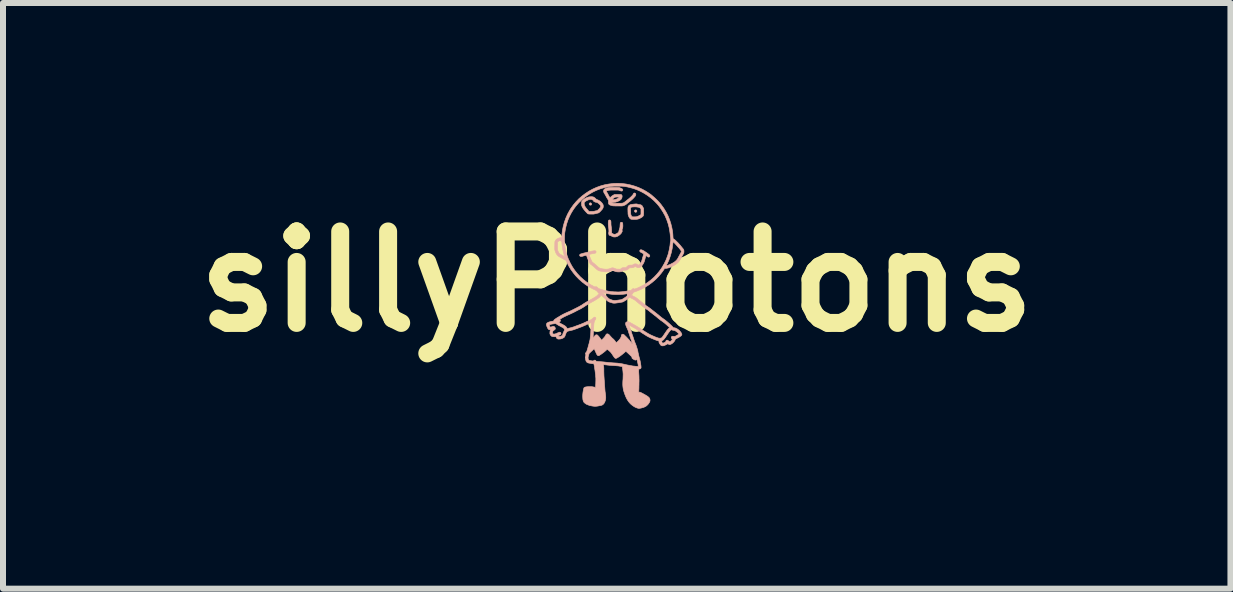
<source format=kicad_pcb>
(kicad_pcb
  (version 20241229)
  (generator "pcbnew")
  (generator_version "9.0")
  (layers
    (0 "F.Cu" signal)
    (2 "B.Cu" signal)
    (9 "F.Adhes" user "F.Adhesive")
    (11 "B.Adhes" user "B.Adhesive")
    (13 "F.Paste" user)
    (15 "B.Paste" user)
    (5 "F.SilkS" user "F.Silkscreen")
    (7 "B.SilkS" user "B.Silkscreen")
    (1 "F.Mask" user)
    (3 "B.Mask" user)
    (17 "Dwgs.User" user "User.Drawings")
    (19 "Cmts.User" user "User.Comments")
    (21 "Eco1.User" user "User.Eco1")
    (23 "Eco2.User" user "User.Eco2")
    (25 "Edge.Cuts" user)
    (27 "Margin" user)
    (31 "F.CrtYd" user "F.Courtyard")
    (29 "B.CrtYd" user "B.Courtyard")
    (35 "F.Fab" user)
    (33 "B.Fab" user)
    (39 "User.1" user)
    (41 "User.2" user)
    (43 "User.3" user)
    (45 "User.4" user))
  (footprint "sillyPhotons"
    (layer "F.Cu")
    (at 7.228 1.642)
    (property "Reference" "sillyPhotons" (at 0 0 0) (layer "F.SilkS") (effects (font (size 1.524 1.524) (thickness 0.3))))
    (attr through_hole)
    (fp_poly (pts (xy -0.449 -1.309) (xy -0.455 -1.303) (xy -0.459 -1.296) (xy -0.458 -1.287) (xy -0.454 -1.28) (xy -0.446 -1.274) (xy -0.437 -1.273) (xy -0.427 -1.275) (xy -0.423 -1.278) (xy -0.418 -1.287) (xy -0.419 -1.296) (xy -0.424 -1.305) (xy -0.425 -1.305) (xy -0.433 -1.311) (xy -0.442 -1.312) (xy -0.449 -1.309)) (stroke (width 0.01) (type solid)) (fill yes) (layer "B.SilkS"))
    (fp_poly (pts (xy 0.306 -1.191) (xy 0.299 -1.185) (xy 0.296 -1.175) (xy 0.296 -1.174) (xy 0.299 -1.164) (xy 0.306 -1.157) (xy 0.315 -1.154) (xy 0.316 -1.154) (xy 0.324 -1.156) (xy 0.33 -1.16) (xy 0.335 -1.168) (xy 0.335 -1.177) (xy 0.332 -1.186) (xy 0.325 -1.192) (xy 0.316 -1.194) (xy 0.306 -1.191)) (stroke (width 0.01) (type solid)) (fill yes) (layer "B.SilkS"))
    (fp_poly (pts (xy -0.129 -1.024) (xy -0.136 -1.017) (xy -0.137 -1.016) (xy -0.139 -1.009) (xy -0.14 -0.997) (xy -0.141 -0.983) (xy -0.141 -0.966) (xy -0.141 -0.949) (xy -0.139 -0.932) (xy -0.138 -0.917) (xy -0.137 -0.91) (xy -0.134 -0.893) (xy -0.132 -0.874) (xy -0.131 -0.857) (xy -0.13 -0.84) (xy -0.131 -0.827) (xy -0.133 -0.818) (xy -0.135 -0.808) (xy -0.134 -0.798) (xy -0.133 -0.797) (xy -0.131 -0.787) (xy -0.129 -0.779) (xy -0.128 -0.778) (xy -0.126 -0.772) (xy -0.121 -0.771) (xy -0.119 -0.771) (xy -0.113 -0.769) (xy -0.104 -0.766) (xy -0.093 -0.761) (xy -0.085 -0.757) (xy -0.072 -0.751) (xy -0.063 -0.747) (xy -0.054 -0.744) (xy -0.045 -0.743) (xy -0.039 -0.743) (xy -0.023 -0.743) (xy -0.009 -0.746) (xy 0.00034 -0.749) (xy 0.017 -0.756) (xy 0.034 -0.767) (xy 0.05 -0.779) (xy 0.065 -0.793) (xy 0.076 -0.806) (xy 0.079 -0.811) (xy 0.084 -0.82) (xy 0.088 -0.829) (xy 0.09 -0.832) (xy 0.092 -0.838) (xy 0.092 -0.844) (xy 0.09 -0.85) (xy 0.089 -0.856) (xy 0.088 -0.861) (xy 0.09 -0.868) (xy 0.093 -0.878) (xy 0.094 -0.881) (xy 0.098 -0.891) (xy 0.1 -0.9) (xy 0.101 -0.91) (xy 0.102 -0.922) (xy 0.102 -0.935) (xy 0.101 -0.954) (xy 0.1 -0.968) (xy 0.097 -0.978) (xy 0.092 -0.984) (xy 0.086 -0.987) (xy 0.078 -0.988) (xy 0.071 -0.986) (xy 0.065 -0.982) (xy 0.062 -0.98) (xy 0.06 -0.977) (xy 0.059 -0.972) (xy 0.058 -0.964) (xy 0.057 -0.953) (xy 0.056 -0.939) (xy 0.055 -0.922) (xy 0.054 -0.908) (xy 0.052 -0.897) (xy 0.049 -0.885) (xy 0.045 -0.873) (xy 0.041 -0.861) (xy 0.038 -0.849) (xy 0.036 -0.84) (xy 0.036 -0.836) (xy 0.032 -0.826) (xy 0.024 -0.816) (xy 0.011 -0.806) (xy -0.004 -0.797) (xy -0.02 -0.79) (xy -0.033 -0.787) (xy -0.045 -0.788) (xy -0.059 -0.793) (xy -0.067 -0.797) (xy -0.084 -0.807) (xy -0.086 -0.849) (xy -0.086 -0.866) (xy -0.088 -0.883) (xy -0.089 -0.898) (xy -0.091 -0.91) (xy -0.091 -0.912) (xy -0.093 -0.925) (xy -0.095 -0.942) (xy -0.096 -0.961) (xy -0.096 -0.969) (xy -0.096 -0.987) (xy -0.097 -1.001) (xy -0.099 -1.01) (xy -0.102 -1.017) (xy -0.106 -1.021) (xy -0.11 -1.024) (xy -0.12 -1.027) (xy -0.129 -1.024)) (stroke (width 0.01) (type solid)) (fill yes) (layer "B.SilkS"))
    (fp_poly (pts (xy 0.316 -1.293) (xy 0.302 -1.292) (xy 0.284 -1.29) (xy 0.284 -1.29) (xy 0.264 -1.288) (xy 0.249 -1.286) (xy 0.237 -1.284) (xy 0.227 -1.281) (xy 0.219 -1.277) (xy 0.215 -1.274) (xy 0.206 -1.268) (xy 0.199 -1.262) (xy 0.194 -1.255) (xy 0.191 -1.247) (xy 0.188 -1.236) (xy 0.187 -1.222) (xy 0.186 -1.204) (xy 0.187 -1.181) (xy 0.187 -1.167) (xy 0.188 -1.149) (xy 0.188 -1.135) (xy 0.189 -1.124) (xy 0.19 -1.116) (xy 0.192 -1.108) (xy 0.194 -1.1) (xy 0.197 -1.092) (xy 0.207 -1.07) (xy 0.218 -1.054) (xy 0.231 -1.043) (xy 0.235 -1.04) (xy 0.243 -1.038) (xy 0.255 -1.037) (xy 0.27 -1.036) (xy 0.287 -1.035) (xy 0.305 -1.036) (xy 0.322 -1.036) (xy 0.338 -1.038) (xy 0.35 -1.04) (xy 0.356 -1.041) (xy 0.373 -1.048) (xy 0.391 -1.056) (xy 0.409 -1.066) (xy 0.424 -1.076) (xy 0.435 -1.086) (xy 0.438 -1.089) (xy 0.442 -1.095) (xy 0.445 -1.103) (xy 0.447 -1.114) (xy 0.448 -1.128) (xy 0.449 -1.146) (xy 0.449 -1.168) (xy 0.448 -1.178) (xy 0.448 -1.211) (xy 0.404 -1.211) (xy 0.404 -1.116) (xy 0.393 -1.109) (xy 0.38 -1.101) (xy 0.364 -1.093) (xy 0.348 -1.086) (xy 0.34 -1.083) (xy 0.33 -1.08) (xy 0.315 -1.079) (xy 0.295 -1.078) (xy 0.293 -1.078) (xy 0.278 -1.078) (xy 0.267 -1.079) (xy 0.26 -1.08) (xy 0.255 -1.081) (xy 0.251 -1.083) (xy 0.248 -1.088) (xy 0.243 -1.097) (xy 0.239 -1.107) (xy 0.238 -1.108) (xy 0.236 -1.115) (xy 0.234 -1.122) (xy 0.233 -1.129) (xy 0.232 -1.138) (xy 0.232 -1.15) (xy 0.232 -1.165) (xy 0.231 -1.18) (xy 0.231 -1.233) (xy 0.241 -1.238) (xy 0.248 -1.24) (xy 0.261 -1.243) (xy 0.275 -1.244) (xy 0.292 -1.245) (xy 0.308 -1.245) (xy 0.323 -1.244) (xy 0.327 -1.244) (xy 0.346 -1.241) (xy 0.36 -1.239) (xy 0.37 -1.237) (xy 0.378 -1.234) (xy 0.384 -1.23) (xy 0.39 -1.225) (xy 0.392 -1.223) (xy 0.404 -1.211) (xy 0.448 -1.211) (xy 0.447 -1.221) (xy 0.437 -1.238) (xy 0.432 -1.247) (xy 0.428 -1.254) (xy 0.426 -1.258) (xy 0.426 -1.258) (xy 0.424 -1.262) (xy 0.418 -1.268) (xy 0.411 -1.273) (xy 0.405 -1.276) (xy 0.398 -1.279) (xy 0.387 -1.281) (xy 0.378 -1.282) (xy 0.366 -1.284) (xy 0.355 -1.286) (xy 0.349 -1.288) (xy 0.344 -1.291) (xy 0.339 -1.292) (xy 0.333 -1.293) (xy 0.326 -1.293) (xy 0.316 -1.293)) (stroke (width 0.01) (type solid)) (fill yes) (layer "B.SilkS"))
    (fp_poly (pts (xy -0.438 -1.413) (xy -0.453 -1.412) (xy -0.464 -1.41) (xy -0.466 -1.41) (xy -0.487 -1.403) (xy -0.509 -1.394) (xy -0.53 -1.383) (xy -0.548 -1.371) (xy -0.564 -1.358) (xy -0.576 -1.346) (xy -0.578 -1.343) (xy -0.581 -1.337) (xy -0.583 -1.332) (xy -0.585 -1.326) (xy -0.585 -1.318) (xy -0.586 -1.306) (xy -0.586 -1.298) (xy -0.586 -1.284) (xy -0.585 -1.274) (xy -0.584 -1.266) (xy -0.582 -1.259) (xy -0.578 -1.251) (xy -0.574 -1.242) (xy -0.568 -1.231) (xy -0.561 -1.22) (xy -0.552 -1.207) (xy -0.54 -1.192) (xy -0.527 -1.176) (xy -0.515 -1.163) (xy -0.504 -1.151) (xy -0.494 -1.141) (xy -0.487 -1.133) (xy -0.482 -1.13) (xy -0.482 -1.13) (xy -0.477 -1.128) (xy -0.471 -1.126) (xy -0.462 -1.125) (xy -0.45 -1.125) (xy -0.434 -1.124) (xy -0.43 -1.124) (xy -0.415 -1.124) (xy -0.401 -1.124) (xy -0.39 -1.124) (xy -0.383 -1.125) (xy -0.381 -1.125) (xy -0.373 -1.127) (xy -0.361 -1.129) (xy -0.348 -1.132) (xy -0.334 -1.136) (xy -0.321 -1.139) (xy -0.31 -1.142) (xy -0.304 -1.144) (xy -0.303 -1.144) (xy -0.297 -1.148) (xy -0.288 -1.155) (xy -0.277 -1.165) (xy -0.266 -1.177) (xy -0.255 -1.189) (xy -0.245 -1.2) (xy -0.237 -1.211) (xy -0.235 -1.214) (xy -0.23 -1.223) (xy -0.227 -1.231) (xy -0.225 -1.238) (xy -0.224 -1.248) (xy -0.224 -1.254) (xy -0.268 -1.254) (xy -0.27 -1.244) (xy -0.277 -1.232) (xy -0.287 -1.218) (xy -0.301 -1.203) (xy -0.303 -1.202) (xy -0.312 -1.193) (xy -0.319 -1.187) (xy -0.326 -1.183) (xy -0.333 -1.181) (xy -0.337 -1.18) (xy -0.35 -1.178) (xy -0.362 -1.175) (xy -0.368 -1.173) (xy -0.379 -1.171) (xy -0.395 -1.169) (xy -0.416 -1.169) (xy -0.422 -1.169) (xy -0.462 -1.168) (xy -0.493 -1.204) (xy -0.509 -1.223) (xy -0.521 -1.24) (xy -0.53 -1.254) (xy -0.536 -1.266) (xy -0.54 -1.278) (xy -0.542 -1.29) (xy -0.542 -1.297) (xy -0.542 -1.308) (xy -0.541 -1.315) (xy -0.539 -1.32) (xy -0.535 -1.324) (xy -0.534 -1.325) (xy -0.516 -1.34) (xy -0.493 -1.352) (xy -0.468 -1.363) (xy -0.452 -1.367) (xy -0.438 -1.37) (xy -0.428 -1.371) (xy -0.42 -1.37) (xy -0.415 -1.366) (xy -0.413 -1.365) (xy -0.404 -1.359) (xy -0.398 -1.357) (xy -0.392 -1.357) (xy -0.39 -1.353) (xy -0.389 -1.352) (xy -0.388 -1.344) (xy -0.386 -1.34) (xy -0.382 -1.336) (xy -0.373 -1.331) (xy -0.363 -1.326) (xy -0.352 -1.322) (xy -0.343 -1.321) (xy -0.342 -1.321) (xy -0.329 -1.318) (xy -0.314 -1.31) (xy -0.297 -1.297) (xy -0.293 -1.293) (xy -0.281 -1.281) (xy -0.273 -1.271) (xy -0.269 -1.262) (xy -0.268 -1.254) (xy -0.224 -1.254) (xy -0.224 -1.255) (xy -0.225 -1.266) (xy -0.225 -1.275) (xy -0.228 -1.281) (xy -0.232 -1.288) (xy -0.235 -1.294) (xy -0.252 -1.316) (xy -0.272 -1.335) (xy -0.294 -1.35) (xy -0.317 -1.361) (xy -0.325 -1.364) (xy -0.335 -1.368) (xy -0.346 -1.376) (xy -0.353 -1.384) (xy -0.368 -1.397) (xy -0.383 -1.407) (xy -0.4 -1.412) (xy -0.419 -1.414) (xy -0.424 -1.414) (xy -0.438 -1.413)) (stroke (width 0.01) (type solid)) (fill yes) (layer "B.SilkS"))
    (fp_poly (pts (xy -0.099 -1.569) (xy -0.11 -1.569) (xy -0.12 -1.568) (xy -0.128 -1.567) (xy -0.136 -1.566) (xy -0.144 -1.564) (xy -0.151 -1.562) (xy -0.171 -1.557) (xy -0.186 -1.552) (xy -0.197 -1.546) (xy -0.205 -1.54) (xy -0.21 -1.535) (xy -0.217 -1.522) (xy -0.22 -1.507) (xy -0.217 -1.491) (xy -0.209 -1.474) (xy -0.206 -1.47) (xy -0.201 -1.462) (xy -0.194 -1.45) (xy -0.186 -1.436) (xy -0.178 -1.421) (xy -0.178 -1.42) (xy -0.17 -1.406) (xy -0.162 -1.392) (xy -0.155 -1.38) (xy -0.149 -1.372) (xy -0.149 -1.371) (xy -0.138 -1.356) (xy -0.138 -1.329) (xy -0.138 -1.312) (xy -0.136 -1.299) (xy -0.131 -1.289) (xy -0.124 -1.282) (xy -0.112 -1.275) (xy -0.096 -1.27) (xy -0.086 -1.267) (xy -0.079 -1.265) (xy -0.072 -1.263) (xy -0.064 -1.262) (xy -0.055 -1.261) (xy -0.043 -1.261) (xy -0.028 -1.26) (xy -0.009 -1.26) (xy 0.014 -1.26) (xy 0.016 -1.26) (xy 0.039 -1.259) (xy 0.057 -1.259) (xy 0.071 -1.259) (xy 0.082 -1.259) (xy 0.091 -1.26) (xy 0.097 -1.261) (xy 0.103 -1.262) (xy 0.108 -1.263) (xy 0.113 -1.265) (xy 0.129 -1.271) (xy 0.141 -1.277) (xy 0.152 -1.283) (xy 0.162 -1.291) (xy 0.171 -1.299) (xy 0.181 -1.307) (xy 0.194 -1.318) (xy 0.208 -1.329) (xy 0.222 -1.339) (xy 0.236 -1.351) (xy 0.253 -1.365) (xy 0.269 -1.38) (xy 0.281 -1.392) (xy 0.296 -1.409) (xy 0.308 -1.423) (xy 0.315 -1.435) (xy 0.318 -1.446) (xy 0.318 -1.455) (xy 0.316 -1.463) (xy 0.309 -1.471) (xy 0.3 -1.475) (xy 0.291 -1.475) (xy 0.283 -1.47) (xy 0.277 -1.461) (xy 0.275 -1.456) (xy 0.272 -1.449) (xy 0.264 -1.44) (xy 0.254 -1.428) (xy 0.241 -1.415) (xy 0.226 -1.401) (xy 0.21 -1.387) (xy 0.193 -1.373) (xy 0.189 -1.37) (xy 0.175 -1.359) (xy 0.162 -1.348) (xy 0.15 -1.339) (xy 0.14 -1.331) (xy 0.136 -1.328) (xy 0.128 -1.321) (xy 0.12 -1.316) (xy 0.112 -1.312) (xy 0.103 -1.309) (xy 0.092 -1.306) (xy 0.078 -1.305) (xy 0.061 -1.304) (xy 0.039 -1.304) (xy 0.019 -1.304) (xy -0.005 -1.304) (xy -0.024 -1.305) (xy -0.04 -1.305) (xy -0.052 -1.306) (xy -0.062 -1.307) (xy -0.07 -1.309) (xy -0.072 -1.309) (xy -0.082 -1.312) (xy -0.089 -1.314) (xy -0.092 -1.317) (xy -0.093 -1.321) (xy -0.093 -1.325) (xy -0.09 -1.326) (xy -0.088 -1.325) (xy -0.081 -1.323) (xy -0.069 -1.322) (xy -0.054 -1.321) (xy -0.039 -1.322) (xy -0.025 -1.323) (xy -0.014 -1.325) (xy 0.003 -1.33) (xy 0.023 -1.338) (xy 0.041 -1.347) (xy 0.057 -1.357) (xy 0.065 -1.363) (xy 0.078 -1.377) (xy 0.086 -1.395) (xy 0.088 -1.406) (xy 0.042 -1.406) (xy 0.04 -1.4) (xy 0.033 -1.394) (xy 0.022 -1.387) (xy 0.009 -1.38) (xy -0.005 -1.374) (xy -0.021 -1.369) (xy -0.023 -1.368) (xy -0.034 -1.366) (xy -0.046 -1.365) (xy -0.057 -1.364) (xy -0.067 -1.365) (xy -0.072 -1.367) (xy -0.073 -1.367) (xy -0.072 -1.37) (xy -0.068 -1.375) (xy -0.061 -1.382) (xy -0.053 -1.389) (xy -0.045 -1.396) (xy -0.037 -1.401) (xy -0.035 -1.401) (xy -0.029 -1.404) (xy -0.022 -1.406) (xy -0.014 -1.408) (xy -0.004 -1.408) (xy 0.01 -1.408) (xy 0.024 -1.408) (xy 0.034 -1.407) (xy 0.041 -1.406) (xy 0.042 -1.406) (xy 0.088 -1.406) (xy 0.09 -1.415) (xy 0.09 -1.42) (xy 0.09 -1.429) (xy 0.087 -1.436) (xy 0.082 -1.442) (xy 0.082 -1.442) (xy 0.074 -1.451) (xy -0.036 -1.451) (xy -0.055 -1.441) (xy -0.067 -1.434) (xy -0.08 -1.425) (xy -0.092 -1.415) (xy -0.093 -1.414) (xy -0.101 -1.406) (xy -0.108 -1.401) (xy -0.112 -1.397) (xy -0.113 -1.397) (xy -0.115 -1.399) (xy -0.119 -1.406) (xy -0.124 -1.415) (xy -0.131 -1.427) (xy -0.138 -1.439) (xy -0.144 -1.452) (xy -0.15 -1.463) (xy -0.151 -1.465) (xy -0.157 -1.476) (xy -0.164 -1.487) (xy -0.167 -1.493) (xy -0.172 -1.5) (xy -0.173 -1.505) (xy -0.171 -1.509) (xy -0.165 -1.512) (xy -0.154 -1.516) (xy -0.145 -1.518) (xy -0.137 -1.52) (xy -0.13 -1.521) (xy -0.121 -1.522) (xy -0.111 -1.523) (xy -0.099 -1.524) (xy -0.083 -1.524) (xy -0.063 -1.524) (xy -0.047 -1.524) (xy 0.028 -1.524) (xy 0.05 -1.516) (xy 0.066 -1.51) (xy 0.077 -1.508) (xy 0.086 -1.508) (xy 0.092 -1.511) (xy 0.096 -1.515) (xy 0.101 -1.524) (xy 0.101 -1.532) (xy 0.097 -1.54) (xy 0.087 -1.547) (xy 0.072 -1.554) (xy 0.063 -1.558) (xy 0.038 -1.568) (xy -0.042 -1.569) (xy -0.065 -1.569) (xy -0.084 -1.569) (xy -0.099 -1.569)) (stroke (width 0.01) (type solid)) (fill yes) (layer "B.SilkS"))
    (fp_poly (pts (xy 0.394 -0.528) (xy 0.39 -0.524) (xy 0.384 -0.515) (xy 0.384 -0.506) (xy 0.389 -0.497) (xy 0.4 -0.488) (xy 0.412 -0.482) (xy 0.426 -0.475) (xy 0.436 -0.469) (xy 0.442 -0.464) (xy 0.445 -0.459) (xy 0.446 -0.453) (xy 0.446 -0.453) (xy 0.445 -0.446) (xy 0.443 -0.435) (xy 0.439 -0.423) (xy 0.438 -0.417) (xy 0.433 -0.403) (xy 0.429 -0.388) (xy 0.426 -0.376) (xy 0.425 -0.373) (xy 0.421 -0.358) (xy 0.417 -0.347) (xy 0.413 -0.336) (xy 0.406 -0.324) (xy 0.403 -0.318) (xy 0.393 -0.303) (xy 0.384 -0.29) (xy 0.375 -0.281) (xy 0.368 -0.276) (xy 0.366 -0.275) (xy 0.361 -0.275) (xy 0.352 -0.28) (xy 0.345 -0.284) (xy 0.335 -0.29) (xy 0.328 -0.293) (xy 0.32 -0.295) (xy 0.312 -0.295) (xy 0.302 -0.294) (xy 0.294 -0.293) (xy 0.285 -0.289) (xy 0.278 -0.284) (xy 0.269 -0.279) (xy 0.262 -0.276) (xy 0.255 -0.274) (xy 0.246 -0.274) (xy 0.235 -0.274) (xy 0.219 -0.273) (xy 0.206 -0.272) (xy 0.196 -0.269) (xy 0.187 -0.263) (xy 0.177 -0.255) (xy 0.172 -0.25) (xy 0.153 -0.231) (xy 0.126 -0.231) (xy 0.11 -0.231) (xy 0.098 -0.23) (xy 0.089 -0.227) (xy 0.081 -0.223) (xy 0.073 -0.216) (xy 0.073 -0.216) (xy 0.062 -0.206) (xy 0.027 -0.207) (xy 0.012 -0.207) (xy 0.002 -0.208) (xy -0.007 -0.209) (xy -0.014 -0.211) (xy -0.023 -0.215) (xy -0.03 -0.218) (xy -0.048 -0.225) (xy -0.064 -0.229) (xy -0.079 -0.228) (xy -0.094 -0.224) (xy -0.102 -0.22) (xy -0.118 -0.214) (xy -0.133 -0.21) (xy -0.15 -0.207) (xy -0.171 -0.206) (xy -0.179 -0.206) (xy -0.198 -0.207) (xy -0.219 -0.209) (xy -0.239 -0.212) (xy -0.259 -0.216) (xy -0.276 -0.221) (xy -0.289 -0.226) (xy -0.29 -0.227) (xy -0.297 -0.232) (xy -0.307 -0.239) (xy -0.318 -0.249) (xy -0.331 -0.26) (xy -0.337 -0.266) (xy -0.35 -0.278) (xy -0.363 -0.289) (xy -0.375 -0.299) (xy -0.384 -0.307) (xy -0.388 -0.309) (xy -0.398 -0.316) (xy -0.407 -0.325) (xy -0.413 -0.332) (xy -0.416 -0.338) (xy -0.421 -0.348) (xy -0.427 -0.362) (xy -0.434 -0.377) (xy -0.441 -0.393) (xy -0.447 -0.409) (xy -0.453 -0.423) (xy -0.457 -0.434) (xy -0.459 -0.442) (xy -0.459 -0.442) (xy -0.46 -0.447) (xy -0.459 -0.449) (xy -0.455 -0.452) (xy -0.449 -0.454) (xy -0.438 -0.457) (xy -0.425 -0.46) (xy -0.409 -0.463) (xy -0.393 -0.466) (xy -0.387 -0.467) (xy -0.372 -0.469) (xy -0.362 -0.472) (xy -0.355 -0.474) (xy -0.351 -0.477) (xy -0.345 -0.486) (xy -0.344 -0.495) (xy -0.347 -0.504) (xy -0.353 -0.51) (xy -0.362 -0.514) (xy -0.364 -0.514) (xy -0.378 -0.513) (xy -0.395 -0.51) (xy -0.415 -0.507) (xy -0.437 -0.502) (xy -0.459 -0.497) (xy -0.475 -0.492) (xy -0.492 -0.488) (xy -0.508 -0.484) (xy -0.522 -0.48) (xy -0.533 -0.478) (xy -0.537 -0.477) (xy -0.55 -0.474) (xy -0.564 -0.47) (xy -0.574 -0.467) (xy -0.584 -0.464) (xy -0.594 -0.461) (xy -0.599 -0.46) (xy -0.607 -0.457) (xy -0.614 -0.451) (xy -0.618 -0.442) (xy -0.618 -0.438) (xy -0.616 -0.429) (xy -0.609 -0.422) (xy -0.599 -0.419) (xy -0.586 -0.418) (xy -0.571 -0.421) (xy -0.564 -0.423) (xy -0.555 -0.426) (xy -0.544 -0.429) (xy -0.531 -0.433) (xy -0.52 -0.435) (xy -0.51 -0.437) (xy -0.505 -0.437) (xy -0.503 -0.435) (xy -0.501 -0.428) (xy -0.498 -0.421) (xy -0.495 -0.411) (xy -0.491 -0.399) (xy -0.485 -0.385) (xy -0.482 -0.377) (xy -0.472 -0.353) (xy -0.464 -0.334) (xy -0.457 -0.319) (xy -0.45 -0.307) (xy -0.443 -0.298) (xy -0.436 -0.29) (xy -0.429 -0.283) (xy -0.419 -0.277) (xy -0.416 -0.275) (xy -0.406 -0.267) (xy -0.394 -0.257) (xy -0.381 -0.246) (xy -0.37 -0.236) (xy -0.352 -0.219) (xy -0.336 -0.205) (xy -0.323 -0.195) (xy -0.31 -0.187) (xy -0.296 -0.181) (xy -0.281 -0.176) (xy -0.264 -0.172) (xy -0.256 -0.17) (xy -0.215 -0.164) (xy -0.177 -0.161) (xy -0.142 -0.163) (xy -0.111 -0.169) (xy -0.083 -0.18) (xy -0.083 -0.18) (xy -0.068 -0.187) (xy -0.046 -0.177) (xy -0.033 -0.172) (xy -0.021 -0.167) (xy -0.01 -0.164) (xy -0.008 -0.164) (xy 0.004 -0.162) (xy 0.019 -0.161) (xy 0.035 -0.161) (xy 0.05 -0.161) (xy 0.064 -0.163) (xy 0.075 -0.164) (xy 0.077 -0.165) (xy 0.086 -0.17) (xy 0.096 -0.176) (xy 0.098 -0.178) (xy 0.102 -0.182) (xy 0.106 -0.185) (xy 0.112 -0.187) (xy 0.119 -0.188) (xy 0.131 -0.188) (xy 0.136 -0.188) (xy 0.153 -0.19) (xy 0.167 -0.192) (xy 0.177 -0.196) (xy 0.187 -0.203) (xy 0.198 -0.213) (xy 0.199 -0.214) (xy 0.213 -0.228) (xy 0.243 -0.229) (xy 0.257 -0.23) (xy 0.268 -0.231) (xy 0.278 -0.234) (xy 0.287 -0.238) (xy 0.299 -0.245) (xy 0.304 -0.248) (xy 0.309 -0.25) (xy 0.314 -0.25) (xy 0.32 -0.247) (xy 0.33 -0.241) (xy 0.333 -0.238) (xy 0.34 -0.234) (xy 0.347 -0.232) (xy 0.358 -0.231) (xy 0.36 -0.231) (xy 0.373 -0.232) (xy 0.383 -0.234) (xy 0.392 -0.238) (xy 0.402 -0.246) (xy 0.408 -0.252) (xy 0.426 -0.272) (xy 0.442 -0.296) (xy 0.455 -0.322) (xy 0.465 -0.35) (xy 0.467 -0.358) (xy 0.47 -0.371) (xy 0.474 -0.387) (xy 0.479 -0.402) (xy 0.48 -0.406) (xy 0.489 -0.432) (xy 0.498 -0.426) (xy 0.506 -0.419) (xy 0.514 -0.413) (xy 0.515 -0.413) (xy 0.525 -0.408) (xy 0.534 -0.407) (xy 0.542 -0.41) (xy 0.548 -0.416) (xy 0.551 -0.425) (xy 0.55 -0.435) (xy 0.546 -0.443) (xy 0.54 -0.448) (xy 0.531 -0.456) (xy 0.519 -0.465) (xy 0.505 -0.475) (xy 0.49 -0.486) (xy 0.474 -0.496) (xy 0.46 -0.506) (xy 0.447 -0.513) (xy 0.436 -0.519) (xy 0.435 -0.52) (xy 0.42 -0.526) (xy 0.409 -0.53) (xy 0.401 -0.53) (xy 0.394 -0.528)) (stroke (width 0.01) (type solid)) (fill yes) (layer "B.SilkS"))
    (fp_poly (pts (xy -0.053 -1.635) (xy -0.061 -1.634) (xy -0.133 -1.625) (xy -0.203 -1.612) (xy -0.271 -1.593) (xy -0.337 -1.569) (xy -0.401 -1.54) (xy -0.463 -1.506) (xy -0.521 -1.468) (xy -0.577 -1.426) (xy -0.63 -1.38) (xy -0.679 -1.329) (xy -0.724 -1.275) (xy -0.765 -1.217) (xy -0.785 -1.185) (xy -0.82 -1.121) (xy -0.849 -1.055) (xy -0.873 -0.987) (xy -0.892 -0.918) (xy -0.906 -0.847) (xy -0.914 -0.775) (xy -0.914 -0.771) (xy -0.915 -0.758) (xy -0.916 -0.747) (xy -0.917 -0.739) (xy -0.917 -0.735) (xy -0.917 -0.735) (xy -0.921 -0.734) (xy -0.928 -0.733) (xy -0.937 -0.731) (xy -0.953 -0.728) (xy -0.964 -0.725) (xy -0.974 -0.722) (xy -0.982 -0.718) (xy -0.99 -0.712) (xy -0.997 -0.708) (xy -1.009 -0.698) (xy -1.018 -0.689) (xy -1.024 -0.68) (xy -1.024 -0.679) (xy -1.027 -0.674) (xy -1.028 -0.67) (xy -1.03 -0.665) (xy -1.031 -0.659) (xy -1.031 -0.65) (xy -1.032 -0.639) (xy -1.032 -0.623) (xy -1.032 -0.604) (xy -1.032 -0.597) (xy -1.033 -0.576) (xy -1.033 -0.559) (xy -1.033 -0.546) (xy -1.032 -0.537) (xy -1.032 -0.529) (xy -1.03 -0.522) (xy -1.029 -0.516) (xy -1.027 -0.51) (xy -1.026 -0.507) (xy -1.016 -0.481) (xy -1.005 -0.459) (xy -0.992 -0.442) (xy -0.976 -0.426) (xy -0.956 -0.412) (xy -0.932 -0.399) (xy -0.93 -0.398) (xy -0.916 -0.39) (xy -0.901 -0.383) (xy -0.889 -0.376) (xy -0.881 -0.37) (xy -0.879 -0.369) (xy -0.868 -0.362) (xy -0.858 -0.359) (xy -0.857 -0.358) (xy -0.853 -0.358) (xy -0.849 -0.357) (xy -0.846 -0.353) (xy -0.843 -0.346) (xy -0.838 -0.336) (xy -0.836 -0.331) (xy -0.803 -0.266) (xy -0.767 -0.205) (xy -0.725 -0.147) (xy -0.68 -0.092) (xy -0.631 -0.041) (xy -0.577 0.007) (xy -0.521 0.05) (xy -0.461 0.089) (xy -0.398 0.123) (xy -0.367 0.137) (xy -0.356 0.142) (xy -0.348 0.147) (xy -0.341 0.151) (xy -0.334 0.157) (xy -0.326 0.165) (xy -0.316 0.177) (xy -0.315 0.178) (xy -0.29 0.207) (xy -0.299 0.21) (xy -0.306 0.213) (xy -0.312 0.22) (xy -0.32 0.229) (xy -0.332 0.239) (xy -0.348 0.251) (xy -0.369 0.265) (xy -0.394 0.279) (xy -0.421 0.295) (xy -0.422 0.295) (xy -0.453 0.312) (xy -0.481 0.328) (xy -0.506 0.342) (xy -0.529 0.356) (xy -0.552 0.371) (xy -0.566 0.38) (xy -0.583 0.392) (xy -0.604 0.404) (xy -0.625 0.416) (xy -0.644 0.426) (xy -0.648 0.428) (xy -0.666 0.437) (xy -0.687 0.448) (xy -0.708 0.458) (xy -0.727 0.468) (xy -0.731 0.47) (xy -0.747 0.478) (xy -0.765 0.487) (xy -0.783 0.495) (xy -0.798 0.502) (xy -0.801 0.503) (xy -0.838 0.519) (xy -0.872 0.535) (xy -0.904 0.551) (xy -0.935 0.569) (xy -0.968 0.589) (xy -1.002 0.609) (xy -1.019 0.621) (xy -1.033 0.631) (xy -1.042 0.639) (xy -1.047 0.646) (xy -1.05 0.653) (xy -1.05 0.655) (xy -1.052 0.66) (xy -1.054 0.66) (xy -1.065 0.661) (xy -1.079 0.663) (xy -1.096 0.667) (xy -1.112 0.67) (xy -1.126 0.674) (xy -1.136 0.678) (xy -1.15 0.684) (xy -1.16 0.691) (xy -1.166 0.697) (xy -1.169 0.706) (xy -1.17 0.717) (xy -1.17 0.718) (xy -1.169 0.727) (xy -1.168 0.736) (xy -1.165 0.746) (xy -1.159 0.758) (xy -1.157 0.763) (xy -1.152 0.775) (xy -1.146 0.785) (xy -1.141 0.793) (xy -1.138 0.796) (xy -1.131 0.8) (xy -1.121 0.803) (xy -1.117 0.803) (xy -1.104 0.805) (xy -1.108 0.814) (xy -1.11 0.822) (xy -1.112 0.833) (xy -1.113 0.845) (xy -1.113 0.846) (xy -1.114 0.858) (xy -1.114 0.866) (xy -1.112 0.874) (xy -1.109 0.882) (xy -1.108 0.883) (xy -1.1 0.898) (xy -1.089 0.909) (xy -1.076 0.916) (xy -1.058 0.919) (xy -1.038 0.92) (xy -1.014 0.919) (xy -1.006 0.933) (xy -0.999 0.946) (xy -0.99 0.954) (xy -0.978 0.958) (xy -0.968 0.959) (xy -0.943 0.958) (xy -0.917 0.952) (xy -0.899 0.944) (xy -0.886 0.937) (xy -0.876 0.93) (xy -0.869 0.92) (xy -0.862 0.908) (xy -0.857 0.892) (xy -0.852 0.878) (xy -0.846 0.864) (xy -0.841 0.852) (xy -0.84 0.851) (xy -0.835 0.843) (xy -0.83 0.837) (xy -0.824 0.832) (xy -0.816 0.828) (xy -0.805 0.825) (xy -0.79 0.821) (xy -0.77 0.817) (xy -0.769 0.817) (xy -0.755 0.813) (xy -0.741 0.81) (xy -0.737 0.809) (xy -0.872 0.809) (xy -0.874 0.816) (xy -0.877 0.824) (xy -0.882 0.834) (xy -0.888 0.847) (xy -0.894 0.862) (xy -0.898 0.873) (xy -0.902 0.886) (xy -0.906 0.895) (xy -0.912 0.901) (xy -0.92 0.906) (xy -0.927 0.908) (xy -0.94 0.913) (xy -0.952 0.914) (xy -0.962 0.913) (xy -0.968 0.91) (xy -0.968 0.909) (xy -0.97 0.904) (xy -0.97 0.901) (xy -0.967 0.899) (xy -0.959 0.895) (xy -0.956 0.893) (xy -0.942 0.887) (xy -0.934 0.88) (xy -0.929 0.872) (xy -0.929 0.865) (xy -0.931 0.856) (xy -0.938 0.848) (xy -0.947 0.844) (xy -0.95 0.844) (xy -0.956 0.845) (xy -0.965 0.848) (xy -0.976 0.853) (xy -0.99 0.858) (xy -0.992 0.859) (xy -1.007 0.866) (xy -1.019 0.871) (xy -1.028 0.873) (xy -1.036 0.875) (xy -1.043 0.875) (xy -1.056 0.874) (xy -1.064 0.87) (xy -1.068 0.863) (xy -1.069 0.852) (xy -1.069 0.848) (xy -1.066 0.832) (xy -1.06 0.821) (xy -1.051 0.814) (xy -1.049 0.813) (xy -1.037 0.806) (xy -1.028 0.797) (xy -1.024 0.791) (xy -1.023 0.781) (xy -1.026 0.77) (xy -1.031 0.76) (xy -1.035 0.756) (xy -1.044 0.749) (xy -1.054 0.746) (xy -1.065 0.747) (xy -1.079 0.752) (xy -1.091 0.757) (xy -1.1 0.759) (xy -1.107 0.758) (xy -1.112 0.753) (xy -1.117 0.744) (xy -1.121 0.733) (xy -1.126 0.722) (xy -1.114 0.717) (xy -1.106 0.715) (xy -1.095 0.712) (xy -1.081 0.709) (xy -1.069 0.707) (xy -1.055 0.705) (xy -1.043 0.703) (xy -1.033 0.701) (xy -1.028 0.7) (xy -1.024 0.699) (xy -1.02 0.7) (xy -1.014 0.702) (xy -1.006 0.707) (xy -0.995 0.714) (xy -0.992 0.716) (xy -0.978 0.725) (xy -0.961 0.735) (xy -0.943 0.744) (xy -0.929 0.752) (xy -0.91 0.762) (xy -0.897 0.769) (xy -0.887 0.776) (xy -0.88 0.782) (xy -0.876 0.788) (xy -0.874 0.794) (xy -0.873 0.8) (xy -0.872 0.809) (xy -0.737 0.809) (xy -0.724 0.805) (xy -0.706 0.799) (xy -0.685 0.791) (xy -0.659 0.782) (xy -0.641 0.775) (xy -0.626 0.769) (xy -0.609 0.763) (xy -0.594 0.757) (xy -0.59 0.756) (xy -0.58 0.752) (xy -0.566 0.746) (xy -0.549 0.739) (xy -0.531 0.731) (xy -0.513 0.723) (xy -0.512 0.723) (xy -0.486 0.711) (xy -0.466 0.702) (xy -0.449 0.694) (xy -0.437 0.69) (xy -0.429 0.687) (xy -0.425 0.686) (xy -0.425 0.686) (xy -0.424 0.689) (xy -0.425 0.697) (xy -0.425 0.708) (xy -0.426 0.722) (xy -0.426 0.728) (xy -0.427 0.745) (xy -0.428 0.765) (xy -0.429 0.787) (xy -0.431 0.809) (xy -0.432 0.827) (xy -0.433 0.854) (xy -0.435 0.881) (xy -0.438 0.907) (xy -0.441 0.931) (xy -0.443 0.953) (xy -0.446 0.971) (xy -0.449 0.985) (xy -0.452 0.994) (xy -0.455 1.003) (xy -0.457 1.011) (xy -0.457 1.014) (xy -0.458 1.019) (xy -0.46 1.028) (xy -0.463 1.04) (xy -0.467 1.054) (xy -0.469 1.06) (xy -0.474 1.078) (xy -0.479 1.098) (xy -0.485 1.118) (xy -0.49 1.134) (xy -0.494 1.149) (xy -0.498 1.16) (xy -0.501 1.168) (xy -0.505 1.175) (xy -0.51 1.181) (xy -0.511 1.181) (xy -0.519 1.192) (xy -0.522 1.2) (xy -0.52 1.209) (xy -0.518 1.213) (xy -0.515 1.217) (xy -0.514 1.22) (xy -0.515 1.225) (xy -0.516 1.232) (xy -0.52 1.244) (xy -0.52 1.247) (xy -0.522 1.255) (xy -0.523 1.262) (xy -0.523 1.27) (xy -0.522 1.282) (xy -0.521 1.288) (xy -0.516 1.31) (xy -0.51 1.328) (xy -0.501 1.341) (xy -0.49 1.35) (xy -0.477 1.356) (xy -0.469 1.358) (xy -0.458 1.36) (xy -0.443 1.363) (xy -0.427 1.365) (xy -0.424 1.366) (xy -0.409 1.368) (xy -0.397 1.369) (xy -0.388 1.371) (xy -0.383 1.372) (xy -0.382 1.372) (xy -0.38 1.377) (xy -0.378 1.386) (xy -0.375 1.399) (xy -0.372 1.416) (xy -0.369 1.436) (xy -0.366 1.458) (xy -0.362 1.481) (xy -0.359 1.506) (xy -0.356 1.531) (xy -0.353 1.555) (xy -0.352 1.564) (xy -0.351 1.583) (xy -0.349 1.6) (xy -0.348 1.614) (xy -0.348 1.628) (xy -0.348 1.642) (xy -0.348 1.658) (xy -0.349 1.678) (xy -0.349 1.693) (xy -0.35 1.712) (xy -0.351 1.729) (xy -0.352 1.744) (xy -0.353 1.754) (xy -0.353 1.761) (xy -0.353 1.763) (xy -0.356 1.763) (xy -0.364 1.761) (xy -0.374 1.759) (xy -0.383 1.758) (xy -0.402 1.754) (xy -0.423 1.752) (xy -0.445 1.752) (xy -0.467 1.752) (xy -0.488 1.753) (xy -0.506 1.755) (xy -0.522 1.758) (xy -0.534 1.762) (xy -0.54 1.766) (xy -0.544 1.77) (xy -0.547 1.774) (xy -0.549 1.78) (xy -0.551 1.789) (xy -0.554 1.801) (xy -0.557 1.817) (xy -0.558 1.82) (xy -0.563 1.852) (xy -0.566 1.883) (xy -0.567 1.913) (xy -0.566 1.94) (xy -0.564 1.965) (xy -0.559 1.985) (xy -0.553 2.002) (xy -0.546 2.013) (xy -0.537 2.022) (xy -0.524 2.032) (xy -0.511 2.041) (xy -0.5 2.047) (xy -0.478 2.056) (xy -0.453 2.065) (xy -0.426 2.071) (xy -0.398 2.076) (xy -0.372 2.079) (xy -0.349 2.079) (xy -0.346 2.079) (xy -0.33 2.077) (xy -0.313 2.075) (xy -0.294 2.071) (xy -0.276 2.068) (xy -0.26 2.064) (xy -0.247 2.06) (xy -0.242 2.058) (xy -0.227 2.048) (xy -0.213 2.033) (xy -0.202 2.014) (xy -0.192 1.99) (xy -0.189 1.979) (xy -0.184 1.955) (xy -0.183 1.927) (xy -0.185 1.895) (xy -0.189 1.866) (xy -0.194 1.833) (xy -0.197 1.797) (xy -0.2 1.756) (xy -0.202 1.73) (xy -0.203 1.715) (xy -0.204 1.696) (xy -0.205 1.675) (xy -0.207 1.653) (xy -0.209 1.631) (xy -0.209 1.63) (xy -0.213 1.568) (xy -0.215 1.502) (xy -0.215 1.498) (xy -0.215 1.471) (xy -0.215 1.45) (xy -0.216 1.433) (xy -0.217 1.42) (xy -0.218 1.41) (xy -0.219 1.407) (xy -0.221 1.397) (xy -0.222 1.39) (xy -0.223 1.386) (xy -0.223 1.386) (xy -0.22 1.386) (xy -0.213 1.386) (xy -0.202 1.387) (xy -0.188 1.388) (xy -0.171 1.39) (xy -0.154 1.392) (xy -0.148 1.393) (xy -0.135 1.394) (xy -0.118 1.396) (xy -0.099 1.397) (xy -0.078 1.399) (xy -0.058 1.4) (xy -0.058 1.4) (xy -0.027 1.402) (xy -0.001 1.404) (xy 0.024 1.406) (xy 0.049 1.41) (xy 0.075 1.414) (xy 0.092 1.417) (xy 0.099 1.459) (xy 0.104 1.5) (xy 0.107 1.542) (xy 0.106 1.587) (xy 0.105 1.625) (xy 0.102 1.662) (xy 0.101 1.694) (xy 0.101 1.723) (xy 0.103 1.749) (xy 0.106 1.774) (xy 0.11 1.798) (xy 0.116 1.822) (xy 0.124 1.848) (xy 0.134 1.876) (xy 0.136 1.882) (xy 0.152 1.922) (xy 0.169 1.957) (xy 0.188 1.988) (xy 0.208 2.015) (xy 0.23 2.039) (xy 0.251 2.057) (xy 0.274 2.074) (xy 0.297 2.089) (xy 0.32 2.1) (xy 0.341 2.108) (xy 0.361 2.113) (xy 0.372 2.114) (xy 0.38 2.113) (xy 0.392 2.111) (xy 0.406 2.109) (xy 0.416 2.106) (xy 0.446 2.098) (xy 0.471 2.087) (xy 0.493 2.074) (xy 0.512 2.057) (xy 0.53 2.037) (xy 0.532 2.033) (xy 0.543 2.017) (xy 0.55 2.003) (xy 0.554 1.991) (xy 0.555 1.979) (xy 0.555 1.974) (xy 0.553 1.963) (xy 0.55 1.953) (xy 0.545 1.943) (xy 0.539 1.934) (xy 0.53 1.926) (xy 0.519 1.916) (xy 0.504 1.906) (xy 0.486 1.895) (xy 0.463 1.882) (xy 0.436 1.867) (xy 0.432 1.865) (xy 0.416 1.857) (xy 0.403 1.85) (xy 0.394 1.846) (xy 0.387 1.844) (xy 0.381 1.843) (xy 0.379 1.843) (xy 0.366 1.843) (xy 0.368 1.814) (xy 0.369 1.795) (xy 0.37 1.772) (xy 0.37 1.746) (xy 0.371 1.719) (xy 0.371 1.692) (xy 0.372 1.664) (xy 0.372 1.637) (xy 0.371 1.612) (xy 0.371 1.59) (xy 0.37 1.572) (xy 0.37 1.557) (xy 0.369 1.554) (xy 0.368 1.534) (xy 0.367 1.518) (xy 0.366 1.506) (xy 0.366 1.495) (xy 0.367 1.484) (xy 0.367 1.475) (xy 0.366 1.467) (xy 0.365 1.463) (xy 0.366 1.46) (xy 0.371 1.459) (xy 0.377 1.458) (xy 0.391 1.454) (xy 0.401 1.447) (xy 0.405 1.437) (xy 0.406 1.43) (xy 0.405 1.419) (xy 0.404 1.407) (xy 0.358 1.407) (xy 0.358 1.415) (xy 0.328 1.413) (xy 0.312 1.412) (xy 0.295 1.41) (xy 0.28 1.409) (xy 0.274 1.408) (xy 0.258 1.406) (xy 0.239 1.402) (xy 0.216 1.398) (xy 0.191 1.393) (xy 0.165 1.388) (xy 0.14 1.382) (xy 0.13 1.38) (xy 0.09 1.371) (xy 0.051 1.365) (xy 0.012 1.36) (xy -0.031 1.357) (xy -0.032 1.357) (xy -0.052 1.356) (xy -0.076 1.354) (xy -0.102 1.352) (xy -0.128 1.35) (xy -0.153 1.347) (xy -0.162 1.346) (xy -0.185 1.344) (xy -0.208 1.341) (xy -0.23 1.339) (xy -0.25 1.337) (xy -0.266 1.336) (xy -0.274 1.335) (xy -0.297 1.333) (xy -0.314 1.332) (xy -0.328 1.33) (xy -0.337 1.329) (xy -0.342 1.328) (xy -0.344 1.327) (xy -0.344 1.326) (xy -0.346 1.323) (xy -0.35 1.318) (xy -0.351 1.317) (xy -0.36 1.311) (xy -0.37 1.31) (xy -0.379 1.314) (xy -0.383 1.317) (xy -0.39 1.325) (xy -0.42 1.321) (xy -0.439 1.318) (xy -0.453 1.315) (xy -0.463 1.312) (xy -0.469 1.307) (xy -0.471 1.303) (xy -0.474 1.294) (xy -0.476 1.283) (xy -0.477 1.271) (xy -0.477 1.261) (xy -0.476 1.256) (xy -0.474 1.25) (xy -0.472 1.24) (xy -0.468 1.229) (xy -0.467 1.224) (xy -0.46 1.199) (xy -0.43 1.17) (xy -0.418 1.159) (xy -0.406 1.148) (xy -0.396 1.139) (xy -0.389 1.132) (xy -0.388 1.131) (xy -0.376 1.12) (xy -0.362 1.149) (xy -0.355 1.164) (xy -0.349 1.178) (xy -0.343 1.191) (xy -0.34 1.198) (xy -0.331 1.216) (xy -0.322 1.228) (xy -0.312 1.235) (xy -0.304 1.236) (xy -0.3 1.236) (xy -0.295 1.233) (xy -0.287 1.23) (xy -0.278 1.223) (xy -0.265 1.215) (xy -0.249 1.204) (xy -0.233 1.192) (xy -0.217 1.18) (xy -0.202 1.168) (xy -0.189 1.157) (xy -0.181 1.15) (xy -0.158 1.128) (xy -0.145 1.139) (xy -0.128 1.152) (xy -0.116 1.164) (xy -0.105 1.174) (xy -0.095 1.185) (xy -0.085 1.198) (xy -0.075 1.213) (xy -0.066 1.227) (xy -0.054 1.245) (xy -0.044 1.259) (xy -0.036 1.269) (xy -0.03 1.275) (xy -0.024 1.279) (xy -0.018 1.281) (xy -0.012 1.28) (xy -0.01 1.28) (xy -0.001 1.277) (xy 0.011 1.271) (xy 0.027 1.261) (xy 0.044 1.25) (xy 0.063 1.237) (xy 0.082 1.222) (xy 0.101 1.207) (xy 0.12 1.191) (xy 0.137 1.176) (xy 0.14 1.173) (xy 0.152 1.162) (xy 0.177 1.184) (xy 0.19 1.196) (xy 0.204 1.209) (xy 0.219 1.223) (xy 0.228 1.232) (xy 0.239 1.242) (xy 0.246 1.25) (xy 0.251 1.256) (xy 0.253 1.261) (xy 0.254 1.265) (xy 0.254 1.268) (xy 0.254 1.273) (xy 0.255 1.276) (xy 0.257 1.28) (xy 0.262 1.284) (xy 0.27 1.289) (xy 0.282 1.297) (xy 0.284 1.298) (xy 0.299 1.306) (xy 0.311 1.309) (xy 0.32 1.308) (xy 0.327 1.301) (xy 0.33 1.291) (xy 0.331 1.287) (xy 0.332 1.286) (xy 0.333 1.287) (xy 0.335 1.293) (xy 0.338 1.302) (xy 0.342 1.317) (xy 0.342 1.319) (xy 0.348 1.344) (xy 0.353 1.367) (xy 0.357 1.386) (xy 0.358 1.402) (xy 0.358 1.407) (xy 0.404 1.407) (xy 0.404 1.405) (xy 0.401 1.388) (xy 0.399 1.369) (xy 0.395 1.35) (xy 0.392 1.332) (xy 0.388 1.315) (xy 0.385 1.303) (xy 0.378 1.277) (xy 0.371 1.25) (xy 0.365 1.223) (xy 0.359 1.198) (xy 0.354 1.176) (xy 0.352 1.16) (xy 0.349 1.147) (xy 0.344 1.13) (xy 0.338 1.11) (xy 0.331 1.088) (xy 0.324 1.067) (xy 0.316 1.046) (xy 0.308 1.027) (xy 0.307 1.024) (xy 0.304 1.017) (xy 0.299 1.005) (xy 0.294 0.99) (xy 0.288 0.973) (xy 0.284 0.96) (xy 0.278 0.942) (xy 0.272 0.923) (xy 0.266 0.906) (xy 0.261 0.892) (xy 0.258 0.885) (xy 0.253 0.87) (xy 0.248 0.853) (xy 0.243 0.838) (xy 0.243 0.835) (xy 0.235 0.81) (xy 0.225 0.783) (xy 0.213 0.756) (xy 0.207 0.744) (xy 0.202 0.735) (xy 0.199 0.728) (xy 0.198 0.724) (xy 0.201 0.724) (xy 0.208 0.726) (xy 0.218 0.731) (xy 0.232 0.74) (xy 0.236 0.741) (xy 0.247 0.748) (xy 0.261 0.756) (xy 0.276 0.764) (xy 0.282 0.767) (xy 0.315 0.786) (xy 0.348 0.808) (xy 0.368 0.82) (xy 0.4 0.842) (xy 0.428 0.861) (xy 0.454 0.877) (xy 0.476 0.891) (xy 0.496 0.904) (xy 0.515 0.915) (xy 0.533 0.924) (xy 0.551 0.933) (xy 0.57 0.942) (xy 0.589 0.95) (xy 0.611 0.959) (xy 0.619 0.962) (xy 0.638 0.97) (xy 0.653 0.976) (xy 0.665 0.98) (xy 0.676 0.983) (xy 0.686 0.986) (xy 0.696 0.989) (xy 0.698 0.989) (xy 0.703 0.991) (xy 0.704 0.994) (xy 0.704 1) (xy 0.703 1.007) (xy 0.705 1.014) (xy 0.71 1.024) (xy 0.713 1.03) (xy 0.724 1.048) (xy 0.735 1.061) (xy 0.747 1.069) (xy 0.761 1.072) (xy 0.777 1.071) (xy 0.796 1.065) (xy 0.818 1.055) (xy 0.821 1.053) (xy 0.852 1.037) (xy 0.862 1.043) (xy 0.872 1.049) (xy 0.883 1.05) (xy 0.896 1.047) (xy 0.908 1.042) (xy 0.921 1.034) (xy 0.935 1.023) (xy 0.947 1.011) (xy 0.958 0.998) (xy 0.967 0.986) (xy 0.972 0.975) (xy 0.974 0.968) (xy 0.974 0.965) (xy 0.977 0.962) (xy 0.981 0.958) (xy 0.989 0.954) (xy 1.002 0.947) (xy 1.004 0.946) (xy 1.028 0.934) (xy 1.049 0.922) (xy 1.065 0.911) (xy 1.076 0.901) (xy 1.083 0.893) (xy 1.083 0.891) (xy 1.085 0.885) (xy 1.086 0.881) (xy 1.084 0.875) (xy 1.036 0.875) (xy 1.033 0.878) (xy 1.026 0.883) (xy 1.015 0.89) (xy 1.001 0.898) (xy 0.99 0.904) (xy 0.98 0.91) (xy 0.973 0.913) (xy 0.966 0.914) (xy 0.958 0.914) (xy 0.946 0.913) (xy 0.935 0.912) (xy 0.927 0.912) (xy 0.922 0.913) (xy 0.919 0.916) (xy 0.916 0.918) (xy 0.91 0.926) (xy 0.909 0.935) (xy 0.914 0.945) (xy 0.917 0.951) (xy 0.922 0.958) (xy 0.925 0.964) (xy 0.926 0.966) (xy 0.924 0.97) (xy 0.919 0.976) (xy 0.911 0.983) (xy 0.904 0.991) (xy 0.896 0.997) (xy 0.89 1.001) (xy 0.89 1.001) (xy 0.886 1.003) (xy 0.882 1.002) (xy 0.877 0.998) (xy 0.868 0.992) (xy 0.866 0.991) (xy 0.853 0.982) (xy 0.844 0.977) (xy 0.84 0.977) (xy 0.83 0.979) (xy 0.823 0.985) (xy 0.819 0.994) (xy 0.818 0.997) (xy 0.818 1.001) (xy 0.816 1.004) (xy 0.811 1.008) (xy 0.802 1.013) (xy 0.797 1.016) (xy 0.783 1.022) (xy 0.773 1.026) (xy 0.767 1.027) (xy 0.762 1.024) (xy 0.758 1.02) (xy 0.757 1.018) (xy 0.754 1.009) (xy 0.751 0.999) (xy 0.751 0.997) (xy 0.75 0.99) (xy 0.751 0.986) (xy 0.755 0.984) (xy 0.759 0.984) (xy 0.766 0.981) (xy 0.774 0.975) (xy 0.783 0.967) (xy 0.794 0.954) (xy 0.806 0.938) (xy 0.821 0.917) (xy 0.834 0.897) (xy 0.85 0.873) (xy 0.863 0.854) (xy 0.874 0.839) (xy 0.883 0.827) (xy 0.89 0.818) (xy 0.896 0.812) (xy 0.902 0.808) (xy 0.907 0.806) (xy 0.912 0.805) (xy 0.916 0.804) (xy 0.922 0.806) (xy 0.925 0.808) (xy 0.93 0.81) (xy 0.938 0.813) (xy 0.948 0.814) (xy 0.959 0.815) (xy 0.967 0.818) (xy 0.975 0.821) (xy 0.986 0.828) (xy 0.989 0.83) (xy 0.999 0.837) (xy 1.009 0.846) (xy 1.019 0.855) (xy 1.027 0.863) (xy 1.033 0.87) (xy 1.036 0.875) (xy 1.036 0.875) (xy 1.084 0.875) (xy 1.084 0.875) (xy 1.08 0.866) (xy 1.079 0.862) (xy 1.069 0.845) (xy 1.055 0.828) (xy 1.039 0.812) (xy 1.021 0.798) (xy 1.003 0.786) (xy 0.985 0.777) (xy 0.968 0.772) (xy 0.958 0.77) (xy 0.949 0.77) (xy 0.943 0.768) (xy 0.94 0.765) (xy 0.881 0.765) (xy 0.863 0.783) (xy 0.854 0.793) (xy 0.842 0.807) (xy 0.828 0.827) (xy 0.812 0.85) (xy 0.804 0.862) (xy 0.79 0.883) (xy 0.778 0.9) (xy 0.769 0.913) (xy 0.762 0.923) (xy 0.756 0.93) (xy 0.751 0.935) (xy 0.747 0.939) (xy 0.743 0.941) (xy 0.738 0.942) (xy 0.732 0.943) (xy 0.729 0.943) (xy 0.717 0.945) (xy 0.707 0.944) (xy 0.697 0.943) (xy 0.693 0.941) (xy 0.677 0.936) (xy 0.657 0.929) (xy 0.635 0.92) (xy 0.612 0.91) (xy 0.589 0.9) (xy 0.567 0.89) (xy 0.549 0.881) (xy 0.533 0.872) (xy 0.514 0.861) (xy 0.494 0.849) (xy 0.473 0.836) (xy 0.452 0.823) (xy 0.433 0.811) (xy 0.417 0.8) (xy 0.404 0.79) (xy 0.402 0.789) (xy 0.393 0.783) (xy 0.382 0.775) (xy 0.374 0.77) (xy 0.364 0.764) (xy 0.354 0.759) (xy 0.349 0.755) (xy 0.345 0.752) (xy 0.341 0.749) (xy 0.334 0.746) (xy 0.326 0.741) (xy 0.314 0.734) (xy 0.3 0.726) (xy 0.282 0.716) (xy 0.26 0.703) (xy 0.237 0.691) (xy 0.222 0.682) (xy 0.211 0.676) (xy 0.203 0.673) (xy 0.197 0.67) (xy 0.192 0.669) (xy 0.187 0.669) (xy 0.181 0.67) (xy 0.171 0.672) (xy 0.162 0.675) (xy 0.158 0.677) (xy 0.151 0.685) (xy 0.148 0.698) (xy 0.149 0.714) (xy 0.154 0.734) (xy 0.163 0.757) (xy 0.171 0.773) (xy 0.177 0.788) (xy 0.184 0.802) (xy 0.189 0.815) (xy 0.193 0.825) (xy 0.193 0.826) (xy 0.197 0.841) (xy 0.203 0.86) (xy 0.211 0.882) (xy 0.219 0.907) (xy 0.227 0.932) (xy 0.236 0.958) (xy 0.244 0.983) (xy 0.252 1.006) (xy 0.259 1.026) (xy 0.264 1.04) (xy 0.264 1.042) (xy 0.261 1.039) (xy 0.258 1.036) (xy 0.251 1.028) (xy 0.244 1.019) (xy 0.238 1.012) (xy 0.23 1.002) (xy 0.22 0.99) (xy 0.213 0.981) (xy 0.206 0.972) (xy 0.196 0.962) (xy 0.185 0.95) (xy 0.173 0.937) (xy 0.16 0.923) (xy 0.147 0.911) (xy 0.136 0.9) (xy 0.126 0.89) (xy 0.119 0.884) (xy 0.115 0.882) (xy 0.104 0.878) (xy 0.093 0.879) (xy 0.088 0.88) (xy 0.083 0.886) (xy 0.079 0.895) (xy 0.076 0.905) (xy 0.076 0.909) (xy 0.074 0.92) (xy 0.068 0.934) (xy 0.059 0.949) (xy 0.048 0.965) (xy 0.034 0.981) (xy 0.02 0.996) (xy 0.005 1.008) (xy -0.002 1.014) (xy -0.009 1.018) (xy -0.023 0.998) (xy -0.036 0.981) (xy -0.05 0.965) (xy -0.064 0.952) (xy -0.073 0.945) (xy -0.078 0.94) (xy -0.086 0.932) (xy -0.095 0.922) (xy -0.105 0.911) (xy -0.118 0.896) (xy -0.129 0.884) (xy -0.139 0.877) (xy -0.148 0.873) (xy -0.157 0.872) (xy -0.157 0.872) (xy -0.165 0.873) (xy -0.172 0.877) (xy -0.178 0.884) (xy -0.185 0.897) (xy -0.186 0.899) (xy -0.193 0.911) (xy -0.203 0.924) (xy -0.216 0.939) (xy -0.223 0.947) (xy -0.233 0.957) (xy -0.242 0.966) (xy -0.249 0.973) (xy -0.253 0.976) (xy -0.254 0.976) (xy -0.256 0.974) (xy -0.26 0.968) (xy -0.266 0.959) (xy -0.27 0.953) (xy -0.28 0.94) (xy -0.291 0.925) (xy -0.302 0.912) (xy -0.305 0.909) (xy -0.314 0.899) (xy -0.32 0.893) (xy -0.325 0.89) (xy -0.329 0.888) (xy -0.335 0.888) (xy -0.337 0.888) (xy -0.345 0.888) (xy -0.353 0.892) (xy -0.36 0.898) (xy -0.368 0.908) (xy -0.375 0.917) (xy -0.382 0.926) (xy -0.387 0.933) (xy -0.391 0.937) (xy -0.394 0.939) (xy -0.395 0.938) (xy -0.395 0.933) (xy -0.394 0.929) (xy -0.393 0.923) (xy -0.393 0.915) (xy -0.392 0.903) (xy -0.391 0.888) (xy -0.39 0.869) (xy -0.388 0.846) (xy -0.387 0.819) (xy -0.385 0.786) (xy -0.384 0.765) (xy -0.383 0.747) (xy -0.382 0.73) (xy -0.381 0.715) (xy -0.38 0.703) (xy -0.379 0.696) (xy -0.376 0.679) (xy -0.371 0.663) (xy -0.365 0.649) (xy -0.358 0.639) (xy -0.351 0.627) (xy -0.348 0.616) (xy -0.349 0.606) (xy -0.356 0.598) (xy -0.359 0.596) (xy -0.366 0.593) (xy -0.374 0.594) (xy -0.383 0.6) (xy -0.394 0.609) (xy -0.397 0.612) (xy -0.404 0.619) (xy -0.412 0.625) (xy -0.42 0.631) (xy -0.429 0.636) (xy -0.441 0.642) (xy -0.457 0.649) (xy -0.477 0.657) (xy -0.492 0.664) (xy -0.506 0.67) (xy -0.518 0.676) (xy -0.527 0.68) (xy -0.528 0.68) (xy -0.543 0.688) (xy -0.562 0.696) (xy -0.584 0.705) (xy -0.605 0.714) (xy -0.625 0.721) (xy -0.632 0.724) (xy -0.645 0.728) (xy -0.661 0.734) (xy -0.679 0.741) (xy -0.696 0.747) (xy -0.7 0.749) (xy -0.716 0.755) (xy -0.733 0.76) (xy -0.747 0.765) (xy -0.759 0.768) (xy -0.762 0.769) (xy -0.779 0.773) (xy -0.796 0.777) (xy -0.809 0.78) (xy -0.819 0.782) (xy -0.823 0.783) (xy -0.827 0.784) (xy -0.83 0.78) (xy -0.832 0.774) (xy -0.838 0.762) (xy -0.85 0.749) (xy -0.867 0.736) (xy -0.889 0.723) (xy -0.902 0.716) (xy -0.917 0.708) (xy -0.931 0.701) (xy -0.943 0.694) (xy -0.952 0.689) (xy -0.953 0.688) (xy -0.968 0.678) (xy -0.957 0.674) (xy -0.946 0.668) (xy -0.94 0.659) (xy -0.938 0.65) (xy -0.941 0.641) (xy -0.946 0.635) (xy -0.948 0.633) (xy -0.948 0.631) (xy -0.947 0.629) (xy -0.943 0.626) (xy -0.936 0.621) (xy -0.925 0.615) (xy -0.915 0.609) (xy -0.879 0.589) (xy -0.837 0.569) (xy -0.791 0.548) (xy -0.779 0.543) (xy -0.764 0.536) (xy -0.745 0.527) (xy -0.723 0.517) (xy -0.702 0.506) (xy -0.681 0.495) (xy -0.662 0.485) (xy -0.658 0.483) (xy -0.648 0.478) (xy -0.635 0.471) (xy -0.622 0.465) (xy -0.615 0.462) (xy -0.604 0.456) (xy -0.59 0.448) (xy -0.573 0.438) (xy -0.556 0.428) (xy -0.54 0.417) (xy -0.523 0.406) (xy -0.508 0.396) (xy -0.494 0.387) (xy -0.48 0.379) (xy -0.465 0.37) (xy -0.448 0.361) (xy -0.428 0.35) (xy -0.405 0.337) (xy -0.381 0.324) (xy -0.356 0.309) (xy -0.332 0.294) (xy -0.311 0.28) (xy -0.294 0.267) (xy -0.291 0.265) (xy -0.279 0.254) (xy -0.271 0.243) (xy -0.268 0.233) (xy -0.268 0.232) (xy -0.268 0.227) (xy -0.267 0.226) (xy -0.261 0.228) (xy -0.253 0.233) (xy -0.242 0.242) (xy -0.229 0.253) (xy -0.214 0.266) (xy -0.199 0.28) (xy -0.193 0.286) (xy -0.176 0.303) (xy -0.162 0.317) (xy -0.149 0.327) (xy -0.138 0.334) (xy -0.126 0.34) (xy -0.113 0.345) (xy -0.104 0.347) (xy -0.094 0.35) (xy -0.082 0.354) (xy -0.078 0.356) (xy -0.061 0.36) (xy -0.046 0.361) (xy -0.036 0.361) (xy -0.022 0.36) (xy -0.006 0.358) (xy 0.013 0.355) (xy 0.032 0.353) (xy 0.05 0.35) (xy 0.068 0.347) (xy 0.082 0.344) (xy 0.094 0.342) (xy 0.1 0.34) (xy 0.101 0.34) (xy 0.114 0.334) (xy 0.13 0.324) (xy 0.148 0.313) (xy 0.166 0.302) (xy 0.181 0.29) (xy 0.193 0.281) (xy 0.216 0.26) (xy 0.226 0.267) (xy 0.232 0.271) (xy 0.242 0.277) (xy 0.254 0.283) (xy 0.268 0.29) (xy 0.27 0.291) (xy 0.283 0.298) (xy 0.296 0.306) (xy 0.307 0.313) (xy 0.314 0.318) (xy 0.315 0.319) (xy 0.327 0.33) (xy 0.343 0.343) (xy 0.361 0.358) (xy 0.381 0.374) (xy 0.402 0.39) (xy 0.423 0.406) (xy 0.443 0.422) (xy 0.462 0.436) (xy 0.479 0.448) (xy 0.492 0.458) (xy 0.5 0.463) (xy 0.512 0.47) (xy 0.526 0.481) (xy 0.541 0.492) (xy 0.555 0.503) (xy 0.556 0.505) (xy 0.569 0.515) (xy 0.582 0.525) (xy 0.594 0.534) (xy 0.602 0.541) (xy 0.604 0.542) (xy 0.61 0.547) (xy 0.62 0.554) (xy 0.633 0.565) (xy 0.648 0.576) (xy 0.664 0.589) (xy 0.676 0.6) (xy 0.692 0.613) (xy 0.707 0.625) (xy 0.721 0.636) (xy 0.732 0.645) (xy 0.741 0.651) (xy 0.745 0.654) (xy 0.757 0.662) (xy 0.772 0.673) (xy 0.788 0.685) (xy 0.804 0.698) (xy 0.818 0.71) (xy 0.824 0.715) (xy 0.836 0.726) (xy 0.849 0.738) (xy 0.861 0.748) (xy 0.862 0.749) (xy 0.881 0.765) (xy 0.94 0.765) (xy 0.94 0.765) (xy 0.938 0.762) (xy 0.934 0.757) (xy 0.926 0.749) (xy 0.916 0.739) (xy 0.903 0.726) (xy 0.889 0.713) (xy 0.874 0.699) (xy 0.859 0.686) (xy 0.844 0.673) (xy 0.831 0.662) (xy 0.82 0.653) (xy 0.816 0.649) (xy 0.802 0.639) (xy 0.787 0.628) (xy 0.772 0.618) (xy 0.768 0.615) (xy 0.757 0.607) (xy 0.743 0.597) (xy 0.729 0.585) (xy 0.714 0.573) (xy 0.707 0.567) (xy 0.692 0.554) (xy 0.674 0.54) (xy 0.657 0.526) (xy 0.642 0.515) (xy 0.638 0.511) (xy 0.623 0.5) (xy 0.608 0.488) (xy 0.593 0.477) (xy 0.582 0.467) (xy 0.581 0.467) (xy 0.562 0.452) (xy 0.543 0.438) (xy 0.523 0.424) (xy 0.507 0.413) (xy 0.496 0.406) (xy 0.484 0.398) (xy 0.477 0.392) (xy 0.471 0.388) (xy 0.462 0.38) (xy 0.45 0.37) (xy 0.435 0.359) (xy 0.42 0.346) (xy 0.409 0.338) (xy 0.393 0.325) (xy 0.378 0.312) (xy 0.363 0.301) (xy 0.351 0.291) (xy 0.342 0.284) (xy 0.339 0.281) (xy 0.33 0.274) (xy 0.318 0.267) (xy 0.304 0.258) (xy 0.29 0.251) (xy 0.288 0.25) (xy 0.272 0.242) (xy 0.26 0.235) (xy 0.253 0.231) (xy 0.249 0.227) (xy 0.248 0.224) (xy 0.25 0.22) (xy 0.253 0.217) (xy 0.258 0.211) (xy 0.264 0.203) (xy 0.176 0.203) (xy 0.176 0.236) (xy 0.161 0.25) (xy 0.152 0.257) (xy 0.14 0.265) (xy 0.127 0.274) (xy 0.113 0.283) (xy 0.1 0.291) (xy 0.088 0.297) (xy 0.08 0.3) (xy 0.078 0.301) (xy 0.069 0.303) (xy 0.056 0.305) (xy 0.04 0.307) (xy 0.022 0.31) (xy 0.005 0.312) (xy -0.012 0.314) (xy -0.025 0.315) (xy -0.034 0.316) (xy -0.035 0.316) (xy -0.06 0.313) (xy -0.073 0.31) (xy -0.095 0.302) (xy -0.113 0.295) (xy -0.128 0.287) (xy -0.141 0.277) (xy -0.153 0.265) (xy -0.167 0.249) (xy -0.169 0.246) (xy -0.186 0.229) (xy -0.205 0.212) (xy -0.228 0.196) (xy -0.231 0.194) (xy -0.238 0.19) (xy -0.244 0.187) (xy -0.246 0.186) (xy -0.248 0.184) (xy -0.248 0.183) (xy -0.246 0.181) (xy -0.244 0.182) (xy -0.231 0.186) (xy -0.214 0.19) (xy -0.193 0.195) (xy -0.169 0.2) (xy -0.144 0.204) (xy -0.119 0.208) (xy -0.094 0.211) (xy -0.071 0.214) (xy -0.064 0.215) (xy -0.035 0.216) (xy -0.002 0.217) (xy 0.032 0.217) (xy 0.068 0.215) (xy 0.102 0.213) (xy 0.134 0.209) (xy 0.162 0.205) (xy 0.168 0.204) (xy 0.176 0.203) (xy 0.264 0.203) (xy 0.265 0.202) (xy 0.27 0.194) (xy 0.277 0.183) (xy 0.284 0.177) (xy 0.287 0.176) (xy 0.297 0.173) (xy 0.311 0.168) (xy 0.328 0.162) (xy 0.347 0.155) (xy 0.366 0.147) (xy 0.385 0.139) (xy 0.402 0.131) (xy 0.412 0.127) (xy 0.475 0.093) (xy 0.536 0.055) (xy 0.593 0.012) (xy 0.647 -0.034) (xy 0.697 -0.085) (xy 0.743 -0.14) (xy 0.778 -0.188) (xy 0.799 -0.219) (xy 0.817 -0.219) (xy 0.838 -0.222) (xy 0.862 -0.227) (xy 0.888 -0.236) (xy 0.915 -0.248) (xy 0.942 -0.262) (xy 0.968 -0.277) (xy 0.993 -0.294) (xy 1.009 -0.307) (xy 1.017 -0.314) (xy 1.024 -0.32) (xy 1.03 -0.327) (xy 1.036 -0.334) (xy 1.043 -0.343) (xy 1.05 -0.353) (xy 1.057 -0.365) (xy 1.066 -0.38) (xy 1.076 -0.397) (xy 1.087 -0.419) (xy 1.101 -0.444) (xy 1.117 -0.474) (xy 1.119 -0.482) (xy 1.12 -0.494) (xy 1.12 -0.502) (xy 1.076 -0.502) (xy 1.075 -0.493) (xy 1.07 -0.482) (xy 1.066 -0.474) (xy 1.06 -0.464) (xy 1.053 -0.451) (xy 1.046 -0.438) (xy 1.046 -0.437) (xy 1.034 -0.416) (xy 1.025 -0.399) (xy 1.017 -0.385) (xy 1.011 -0.374) (xy 1.004 -0.366) (xy 0.998 -0.358) (xy 0.992 -0.351) (xy 0.984 -0.344) (xy 0.983 -0.344) (xy 0.973 -0.335) (xy 0.965 -0.328) (xy 0.957 -0.322) (xy 0.948 -0.316) (xy 0.936 -0.31) (xy 0.922 -0.302) (xy 0.916 -0.299) (xy 0.9 -0.291) (xy 0.883 -0.283) (xy 0.867 -0.277) (xy 0.853 -0.271) (xy 0.841 -0.267) (xy 0.833 -0.265) (xy 0.828 -0.266) (xy 0.827 -0.267) (xy 0.828 -0.27) (xy 0.831 -0.277) (xy 0.836 -0.287) (xy 0.842 -0.298) (xy 0.842 -0.298) (xy 0.869 -0.357) (xy 0.891 -0.419) (xy 0.91 -0.483) (xy 0.924 -0.548) (xy 0.933 -0.613) (xy 0.936 -0.637) (xy 0.937 -0.648) (xy 0.938 -0.657) (xy 0.939 -0.662) (xy 0.939 -0.663) (xy 0.943 -0.661) (xy 0.949 -0.655) (xy 0.958 -0.647) (xy 0.969 -0.635) (xy 0.981 -0.622) (xy 0.995 -0.607) (xy 1.009 -0.591) (xy 1.023 -0.575) (xy 1.037 -0.56) (xy 1.049 -0.545) (xy 1.056 -0.536) (xy 1.067 -0.523) (xy 1.073 -0.512) (xy 1.076 -0.502) (xy 1.12 -0.502) (xy 1.12 -0.507) (xy 1.119 -0.519) (xy 1.117 -0.525) (xy 1.114 -0.533) (xy 1.108 -0.543) (xy 1.1 -0.553) (xy 1.098 -0.555) (xy 1.089 -0.566) (xy 1.08 -0.577) (xy 1.073 -0.586) (xy 1.072 -0.587) (xy 1.06 -0.602) (xy 1.046 -0.618) (xy 1.031 -0.635) (xy 1.016 -0.651) (xy 1 -0.666) (xy 0.986 -0.68) (xy 0.973 -0.692) (xy 0.962 -0.701) (xy 0.954 -0.706) (xy 0.954 -0.706) (xy 0.9 -0.706) (xy 0.9 -0.692) (xy 0.899 -0.678) (xy 0.897 -0.668) (xy 0.896 -0.667) (xy 0.894 -0.659) (xy 0.892 -0.648) (xy 0.891 -0.635) (xy 0.891 -0.631) (xy 0.887 -0.596) (xy 0.88 -0.557) (xy 0.872 -0.517) (xy 0.863 -0.478) (xy 0.852 -0.44) (xy 0.845 -0.421) (xy 0.82 -0.355) (xy 0.789 -0.293) (xy 0.754 -0.233) (xy 0.714 -0.176) (xy 0.67 -0.123) (xy 0.623 -0.073) (xy 0.571 -0.027) (xy 0.516 0.015) (xy 0.458 0.052) (xy 0.399 0.083) (xy 0.382 0.091) (xy 0.364 0.1) (xy 0.346 0.108) (xy 0.33 0.114) (xy 0.298 0.126) (xy 0.288 0.121) (xy 0.278 0.118) (xy 0.269 0.119) (xy 0.26 0.126) (xy 0.255 0.131) (xy 0.252 0.135) (xy 0.247 0.139) (xy 0.242 0.142) (xy 0.234 0.145) (xy 0.223 0.148) (xy 0.208 0.151) (xy 0.198 0.154) (xy 0.169 0.159) (xy 0.138 0.164) (xy 0.106 0.168) (xy 0.075 0.171) (xy 0.046 0.173) (xy 0.021 0.174) (xy 0.003 0.173) (xy -0.005 0.173) (xy -0.017 0.172) (xy -0.031 0.172) (xy -0.046 0.171) (xy -0.047 0.171) (xy -0.087 0.168) (xy -0.131 0.162) (xy -0.175 0.153) (xy -0.219 0.143) (xy -0.26 0.131) (xy -0.289 0.121) (xy -0.301 0.115) (xy -0.31 0.11) (xy -0.317 0.104) (xy -0.32 0.1) (xy -0.331 0.09) (xy -0.342 0.086) (xy -0.353 0.087) (xy -0.355 0.087) (xy -0.36 0.089) (xy -0.365 0.089) (xy -0.372 0.086) (xy -0.381 0.082) (xy -0.444 0.047) (xy -0.503 0.008) (xy -0.558 -0.035) (xy -0.61 -0.082) (xy -0.657 -0.133) (xy -0.701 -0.188) (xy -0.74 -0.246) (xy -0.774 -0.307) (xy -0.804 -0.372) (xy -0.809 -0.383) (xy -0.822 -0.419) (xy -0.869 -0.419) (xy -0.87 -0.418) (xy -0.873 -0.419) (xy -0.879 -0.422) (xy -0.887 -0.426) (xy -0.9 -0.433) (xy -0.911 -0.439) (xy -0.928 -0.448) (xy -0.941 -0.455) (xy -0.95 -0.462) (xy -0.958 -0.47) (xy -0.964 -0.478) (xy -0.969 -0.488) (xy -0.97 -0.489) (xy -0.976 -0.501) (xy -0.98 -0.511) (xy -0.983 -0.521) (xy -0.985 -0.531) (xy -0.987 -0.543) (xy -0.987 -0.558) (xy -0.988 -0.577) (xy -0.988 -0.594) (xy -0.988 -0.615) (xy -0.987 -0.631) (xy -0.987 -0.643) (xy -0.986 -0.651) (xy -0.985 -0.656) (xy -0.984 -0.659) (xy -0.977 -0.667) (xy -0.966 -0.674) (xy -0.955 -0.68) (xy -0.947 -0.683) (xy -0.94 -0.684) (xy -0.935 -0.682) (xy -0.933 -0.679) (xy -0.927 -0.673) (xy -0.921 -0.669) (xy -0.917 -0.666) (xy -0.915 -0.66) (xy -0.914 -0.656) (xy -0.914 -0.645) (xy -0.913 -0.63) (xy -0.911 -0.613) (xy -0.908 -0.593) (xy -0.905 -0.573) (xy -0.902 -0.554) (xy -0.899 -0.536) (xy -0.899 -0.533) (xy -0.896 -0.519) (xy -0.892 -0.502) (xy -0.888 -0.484) (xy -0.883 -0.466) (xy -0.879 -0.45) (xy -0.875 -0.436) (xy -0.872 -0.425) (xy -0.87 -0.422) (xy -0.87 -0.42) (xy -0.869 -0.419) (xy -0.822 -0.419) (xy -0.823 -0.42) (xy -0.834 -0.456) (xy -0.845 -0.493) (xy -0.854 -0.534) (xy -0.86 -0.564) (xy -0.862 -0.579) (xy -0.865 -0.593) (xy -0.867 -0.604) (xy -0.868 -0.612) (xy -0.869 -0.612) (xy -0.87 -0.62) (xy -0.87 -0.633) (xy -0.871 -0.65) (xy -0.871 -0.669) (xy -0.871 -0.691) (xy -0.87 -0.713) (xy -0.87 -0.736) (xy -0.869 -0.758) (xy -0.868 -0.779) (xy -0.867 -0.797) (xy -0.866 -0.811) (xy -0.865 -0.816) (xy -0.853 -0.887) (xy -0.836 -0.956) (xy -0.814 -1.023) (xy -0.787 -1.087) (xy -0.755 -1.148) (xy -0.718 -1.207) (xy -0.676 -1.263) (xy -0.63 -1.316) (xy -0.622 -1.323) (xy -0.572 -1.371) (xy -0.519 -1.415) (xy -0.463 -1.453) (xy -0.404 -1.488) (xy -0.38 -1.5) (xy -0.342 -1.518) (xy -0.308 -1.532) (xy -0.273 -1.545) (xy -0.237 -1.556) (xy -0.205 -1.565) (xy -0.174 -1.572) (xy -0.147 -1.578) (xy -0.121 -1.583) (xy -0.096 -1.586) (xy -0.069 -1.588) (xy -0.04 -1.59) (xy -0.008 -1.59) (xy 0.011 -1.59) (xy 0.036 -1.59) (xy 0.057 -1.59) (xy 0.074 -1.59) (xy 0.088 -1.589) (xy 0.101 -1.588) (xy 0.114 -1.587) (xy 0.127 -1.585) (xy 0.135 -1.584) (xy 0.175 -1.577) (xy 0.217 -1.567) (xy 0.259 -1.556) (xy 0.3 -1.543) (xy 0.337 -1.53) (xy 0.341 -1.528) (xy 0.401 -1.501) (xy 0.46 -1.469) (xy 0.516 -1.433) (xy 0.569 -1.393) (xy 0.619 -1.35) (xy 0.664 -1.304) (xy 0.69 -1.275) (xy 0.733 -1.218) (xy 0.771 -1.158) (xy 0.805 -1.097) (xy 0.832 -1.034) (xy 0.855 -0.968) (xy 0.873 -0.9) (xy 0.885 -0.83) (xy 0.891 -0.786) (xy 0.892 -0.77) (xy 0.894 -0.755) (xy 0.896 -0.742) (xy 0.897 -0.734) (xy 0.898 -0.731) (xy 0.899 -0.72) (xy 0.9 -0.706) (xy 0.954 -0.706) (xy 0.952 -0.707) (xy 0.946 -0.71) (xy 0.942 -0.713) (xy 0.94 -0.718) (xy 0.939 -0.726) (xy 0.939 -0.729) (xy 0.938 -0.741) (xy 0.937 -0.754) (xy 0.937 -0.76) (xy 0.936 -0.774) (xy 0.935 -0.792) (xy 0.933 -0.812) (xy 0.93 -0.835) (xy 0.926 -0.858) (xy 0.922 -0.88) (xy 0.92 -0.892) (xy 0.903 -0.962) (xy 0.881 -1.03) (xy 0.854 -1.097) (xy 0.821 -1.161) (xy 0.783 -1.223) (xy 0.74 -1.282) (xy 0.736 -1.287) (xy 0.715 -1.312) (xy 0.69 -1.34) (xy 0.662 -1.368) (xy 0.632 -1.396) (xy 0.602 -1.422) (xy 0.573 -1.447) (xy 0.546 -1.467) (xy 0.487 -1.505) (xy 0.425 -1.539) (xy 0.361 -1.568) (xy 0.294 -1.592) (xy 0.226 -1.611) (xy 0.157 -1.625) (xy 0.087 -1.634) (xy 0.017 -1.637) (xy -0.053 -1.635)) (stroke (width 0.01) (type solid)) (fill yes) (layer "B.SilkS")))
  (gr_rect
    (start -3 -3)
    (end 17.456 6.76)
    (stroke (width 0.1) (type default))
    (fill no)
    (layer "Edge.Cuts")))
</source>
